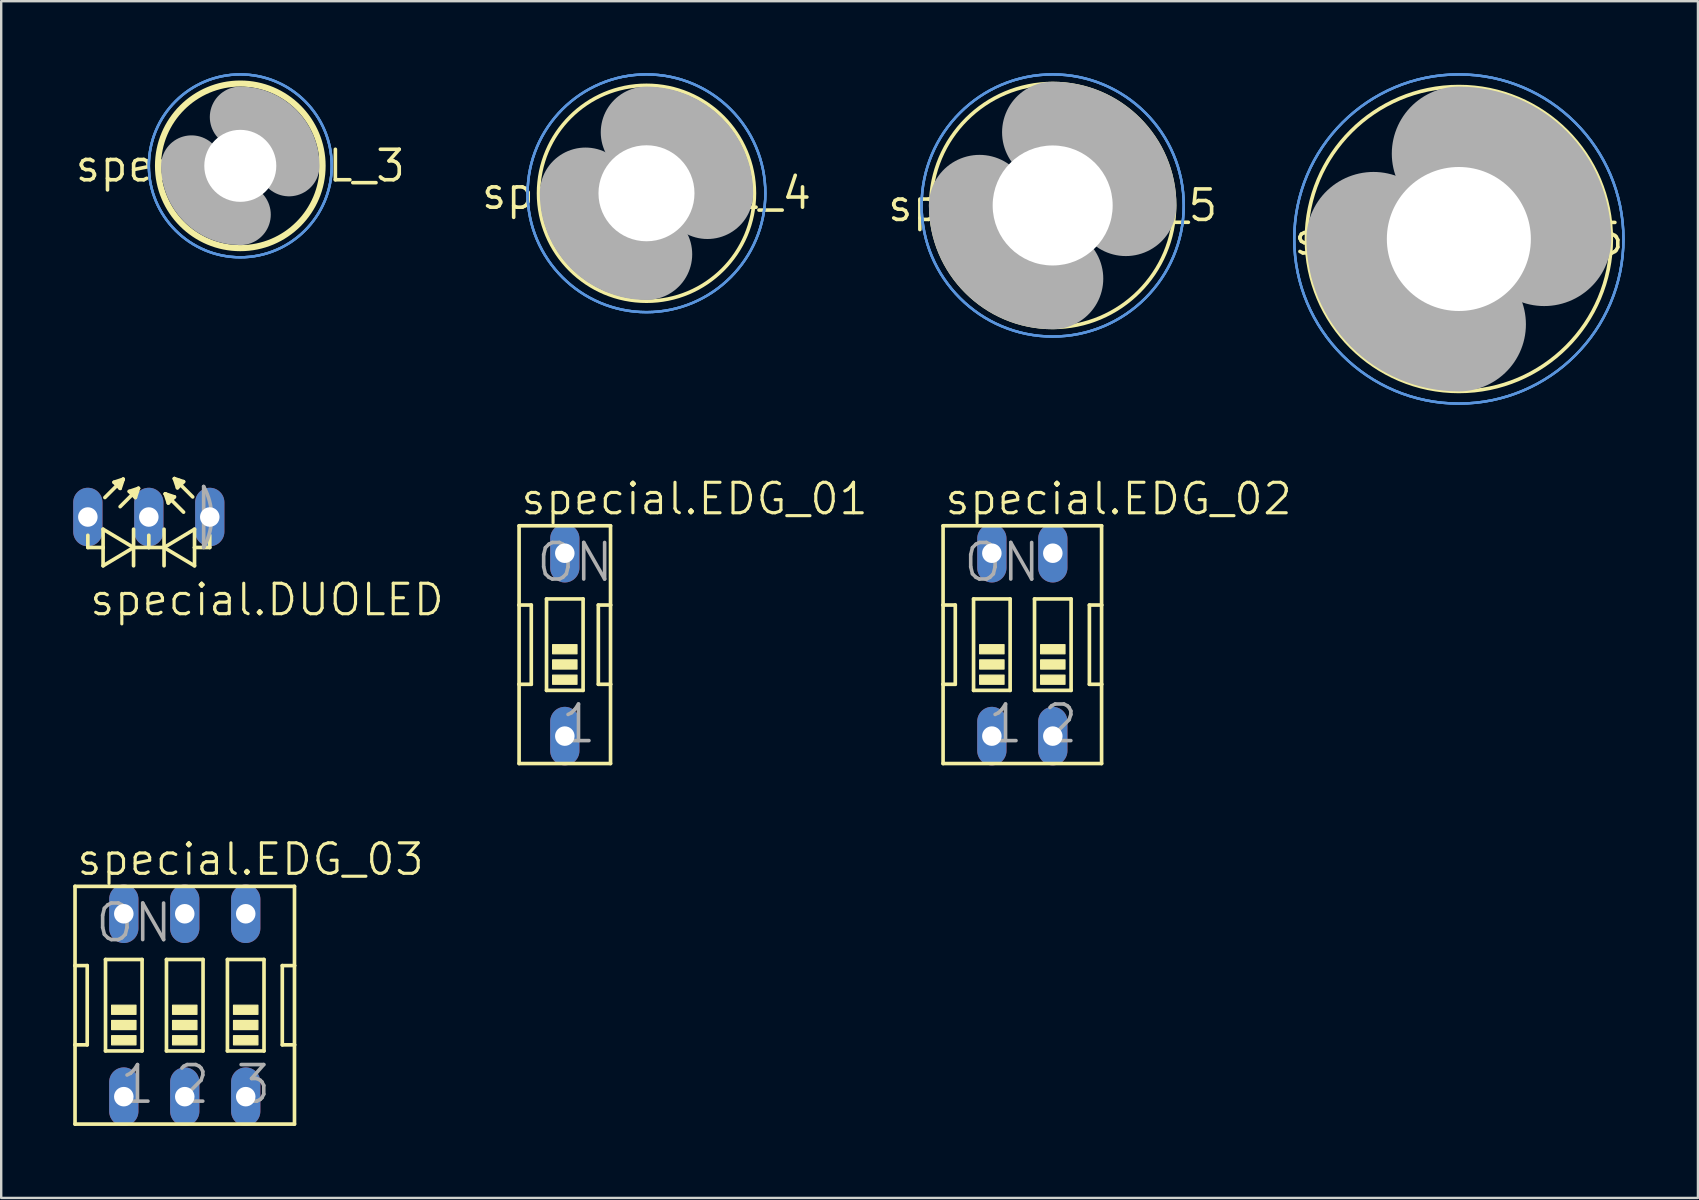
<source format=kicad_pcb>
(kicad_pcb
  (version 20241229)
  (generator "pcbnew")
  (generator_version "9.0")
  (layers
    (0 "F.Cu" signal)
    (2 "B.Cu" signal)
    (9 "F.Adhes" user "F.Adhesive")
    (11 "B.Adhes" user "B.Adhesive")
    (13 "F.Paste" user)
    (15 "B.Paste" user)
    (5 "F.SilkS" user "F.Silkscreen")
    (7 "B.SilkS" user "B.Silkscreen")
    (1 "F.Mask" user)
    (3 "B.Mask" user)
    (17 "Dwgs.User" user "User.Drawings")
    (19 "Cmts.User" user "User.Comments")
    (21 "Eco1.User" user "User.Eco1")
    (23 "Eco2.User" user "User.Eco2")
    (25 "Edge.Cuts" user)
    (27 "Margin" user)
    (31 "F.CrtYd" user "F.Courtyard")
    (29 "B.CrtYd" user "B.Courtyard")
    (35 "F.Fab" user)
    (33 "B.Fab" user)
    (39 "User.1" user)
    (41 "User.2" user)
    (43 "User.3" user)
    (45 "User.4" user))
  (footprint "special.EDG_01"
    (layer "F.Cu")
    (at 20.483 23.81)
    (property "Reference" "special.EDG_01" (at -1.905 -5.334 0) (layer "F.SilkS") (effects (font (size 1.27 1.27) (thickness 0.13)) (justify left bottom)))
    (attr through_hole)
    (fp_line (start -1.905 -4.953) (end -1.905 -1.651) (stroke (width 0.152) (type default)) (layer "F.SilkS"))
    (fp_line (start -1.905 -1.651) (end -1.905 1.651) (stroke (width 0.152) (type default)) (layer "F.SilkS"))
    (fp_line (start -1.905 1.651) (end -1.905 4.953) (stroke (width 0.152) (type default)) (layer "F.SilkS"))
    (fp_line (start -1.905 1.651) (end -1.397 1.651) (stroke (width 0.152) (type default)) (layer "F.SilkS"))
    (fp_line (start -1.905 4.953) (end 1.905 4.953) (stroke (width 0.152) (type default)) (layer "F.SilkS"))
    (fp_line (start -1.397 -1.651) (end -1.905 -1.651) (stroke (width 0.152) (type default)) (layer "F.SilkS"))
    (fp_line (start -1.397 1.651) (end -1.397 -1.651) (stroke (width 0.152) (type default)) (layer "F.SilkS"))
    (fp_line (start -0.762 -1.905) (end -0.762 1.905) (stroke (width 0.152) (type default)) (layer "F.SilkS"))
    (fp_line (start -0.762 -1.905) (end 0.762 -1.905) (stroke (width 0.152) (type default)) (layer "F.SilkS"))
    (fp_line (start 0.762 1.905) (end -0.762 1.905) (stroke (width 0.152) (type default)) (layer "F.SilkS"))
    (fp_line (start 0.762 1.905) (end 0.762 -1.905) (stroke (width 0.152) (type default)) (layer "F.SilkS"))
    (fp_line (start 1.397 -1.651) (end 1.397 1.651) (stroke (width 0.152) (type default)) (layer "F.SilkS"))
    (fp_line (start 1.397 1.651) (end 1.905 1.651) (stroke (width 0.152) (type default)) (layer "F.SilkS"))
    (fp_line (start 1.905 -4.953) (end -1.905 -4.953) (stroke (width 0.152) (type default)) (layer "F.SilkS"))
    (fp_line (start 1.905 -1.651) (end 1.397 -1.651) (stroke (width 0.152) (type default)) (layer "F.SilkS"))
    (fp_line (start 1.905 -1.651) (end 1.905 -4.953) (stroke (width 0.152) (type default)) (layer "F.SilkS"))
    (fp_line (start 1.905 1.651) (end 1.905 -1.651) (stroke (width 0.152) (type default)) (layer "F.SilkS"))
    (fp_line (start 1.905 4.953) (end 1.905 1.651) (stroke (width 0.152) (type default)) (layer "F.SilkS"))
    (fp_rect (start -0.508 0.381) (end 0.508 0) (stroke (width 0.05) (type default)) (fill yes) (layer "F.SilkS"))
    (fp_rect (start -0.508 1.016) (end 0.508 0.635) (stroke (width 0.05) (type default)) (fill yes) (layer "F.SilkS"))
    (fp_rect (start -0.508 1.651) (end 0.508 1.27) (stroke (width 0.05) (type default)) (fill yes) (layer "F.SilkS"))
    (fp_text user "ON" (at -1.27 -2.54 0) (layer "F.Fab") (effects (font (size 1.524 1.524) (thickness 0.15)) (justify left bottom)))
    (fp_text user "1" (at -0.254 4.191 0) (layer "F.Fab") (effects (font (size 1.524 1.524) (thickness 0.15)) (justify left bottom)))
    (pad "1" thru_hole oval (at 0 3.81 90) (size 2.438 1.219) (drill 0.813) (layers "*.Cu" "*.Mask"))
    (pad "2" thru_hole oval (at 0 -3.81 90) (size 2.438 1.219) (drill 0.813) (layers "*.Cu" "*.Mask")))
  (footprint "special.EDG_02"
    (layer "F.Cu")
    (at 39.546 23.81)
    (property "Reference" "special.EDG_02" (at -3.302 -5.334 0) (layer "F.SilkS") (effects (font (size 1.27 1.27) (thickness 0.13)) (justify left bottom)))
    (attr through_hole)
    (fp_line (start -3.302 -4.953) (end -3.302 -1.651) (stroke (width 0.152) (type default)) (layer "F.SilkS"))
    (fp_line (start -3.302 -1.651) (end -3.302 1.651) (stroke (width 0.152) (type default)) (layer "F.SilkS"))
    (fp_line (start -3.302 1.651) (end -3.302 4.953) (stroke (width 0.152) (type default)) (layer "F.SilkS"))
    (fp_line (start -3.302 1.651) (end -2.794 1.651) (stroke (width 0.152) (type default)) (layer "F.SilkS"))
    (fp_line (start -3.302 4.953) (end 3.302 4.953) (stroke (width 0.152) (type default)) (layer "F.SilkS"))
    (fp_line (start -2.794 -1.651) (end -3.302 -1.651) (stroke (width 0.152) (type default)) (layer "F.SilkS"))
    (fp_line (start -2.794 1.651) (end -2.794 -1.651) (stroke (width 0.152) (type default)) (layer "F.SilkS"))
    (fp_line (start -2.032 -1.905) (end -2.032 1.905) (stroke (width 0.152) (type default)) (layer "F.SilkS"))
    (fp_line (start -2.032 -1.905) (end -0.508 -1.905) (stroke (width 0.152) (type default)) (layer "F.SilkS"))
    (fp_line (start -0.508 1.905) (end -2.032 1.905) (stroke (width 0.152) (type default)) (layer "F.SilkS"))
    (fp_line (start -0.508 1.905) (end -0.508 -1.905) (stroke (width 0.152) (type default)) (layer "F.SilkS"))
    (fp_line (start 0.508 -1.905) (end 0.508 1.905) (stroke (width 0.152) (type default)) (layer "F.SilkS"))
    (fp_line (start 0.508 -1.905) (end 2.032 -1.905) (stroke (width 0.152) (type default)) (layer "F.SilkS"))
    (fp_line (start 2.032 1.905) (end 0.508 1.905) (stroke (width 0.152) (type default)) (layer "F.SilkS"))
    (fp_line (start 2.032 1.905) (end 2.032 -1.905) (stroke (width 0.152) (type default)) (layer "F.SilkS"))
    (fp_line (start 2.794 -1.651) (end 2.794 1.651) (stroke (width 0.152) (type default)) (layer "F.SilkS"))
    (fp_line (start 2.794 1.651) (end 3.302 1.651) (stroke (width 0.152) (type default)) (layer "F.SilkS"))
    (fp_line (start 3.302 -4.953) (end -3.302 -4.953) (stroke (width 0.152) (type default)) (layer "F.SilkS"))
    (fp_line (start 3.302 -1.651) (end 2.794 -1.651) (stroke (width 0.152) (type default)) (layer "F.SilkS"))
    (fp_line (start 3.302 -1.651) (end 3.302 -4.953) (stroke (width 0.152) (type default)) (layer "F.SilkS"))
    (fp_line (start 3.302 1.651) (end 3.302 -1.651) (stroke (width 0.152) (type default)) (layer "F.SilkS"))
    (fp_line (start 3.302 4.953) (end 3.302 1.651) (stroke (width 0.152) (type default)) (layer "F.SilkS"))
    (fp_rect (start -1.778 0.381) (end -0.762 0) (stroke (width 0.05) (type default)) (fill yes) (layer "F.SilkS"))
    (fp_rect (start -1.778 1.016) (end -0.762 0.635) (stroke (width 0.05) (type default)) (fill yes) (layer "F.SilkS"))
    (fp_rect (start -1.778 1.651) (end -0.762 1.27) (stroke (width 0.05) (type default)) (fill yes) (layer "F.SilkS"))
    (fp_rect (start 0.762 0.381) (end 1.778 0) (stroke (width 0.05) (type default)) (fill yes) (layer "F.SilkS"))
    (fp_rect (start 0.762 1.016) (end 1.778 0.635) (stroke (width 0.05) (type default)) (fill yes) (layer "F.SilkS"))
    (fp_rect (start 0.762 1.651) (end 1.778 1.27) (stroke (width 0.05) (type default)) (fill yes) (layer "F.SilkS"))
    (fp_text user "1" (at -1.524 4.191 0) (layer "F.Fab") (effects (font (size 1.524 1.524) (thickness 0.15)) (justify left bottom)))
    (fp_text user "ON" (at -2.54 -2.54 0) (layer "F.Fab") (effects (font (size 1.524 1.524) (thickness 0.15)) (justify left bottom)))
    (fp_text user "2" (at 0.762 4.191 0) (layer "F.Fab") (effects (font (size 1.524 1.524) (thickness 0.15)) (justify left bottom)))
    (pad "1" thru_hole oval (at -1.27 3.81 90) (size 2.438 1.219) (drill 0.813) (layers "*.Cu" "*.Mask"))
    (pad "2" thru_hole oval (at 1.27 3.81 90) (size 2.438 1.219) (drill 0.813) (layers "*.Cu" "*.Mask"))
    (pad "3" thru_hole oval (at 1.27 -3.81 90) (size 2.438 1.219) (drill 0.813) (layers "*.Cu" "*.Mask"))
    (pad "4" thru_hole oval (at -1.27 -3.81 90) (size 2.438 1.219) (drill 0.813) (layers "*.Cu" "*.Mask")))
  (footprint "special.DRIL_4"
    (layer "F.Cu")
    (at 23.886 5.003)
    (property "Reference" "special.DRIL_4" (at 0 0 0) (layer "F.SilkS") (effects (font (size 1.27 1.27) (thickness 0.15))))
    (fp_circle (center 0 0) (end 4.496 0) (stroke (width 0.152) (type default)) (fill no) (layer "F.SilkS"))
    (fp_circle (center 0 0) (end 4.953 0) (stroke (width 0.1) (type default)) (fill no) (layer "Cmts.User"))
    (fp_circle (center 0 0) (end 4.953 0) (stroke (width 0.1) (type default)) (fill no) (layer "Cmts.User"))
    (fp_circle (center 0 0) (end 4.953 0) (stroke (width 0.1) (type default)) (fill no) (layer "Cmts.User"))
    (fp_arc (start 0 -2.54) (mid 1.796051 -1.796051) (end 2.54 0) (stroke (width 3.81) (type default)) (layer "F.Fab"))
    (fp_arc (start 0 2.54) (mid -1.796051 1.796051) (end -2.54 0) (stroke (width 3.81) (type default)) (layer "F.Fab"))
    (fp_circle (center 0 0) (end 0.762 0) (stroke (width 0.457) (type default)) (fill no) (layer "F.Fab"))
    (pad "" np_thru_hole circle (at 0 0) (size 4 4) (drill 4) (layers "*.Cu" "*.Mask")))
  (footprint "special.DUOLED"
    (layer "F.Cu")
    (at 4.42 18.492)
    (property "Reference" "special.DUOLED" (at -3.81 4.191 0) (layer "F.SilkS") (effects (font (size 1.27 1.27) (thickness 0.13)) (justify left bottom)))
    (attr through_hole)
    (fp_line (start -3.81 0.762) (end -3.81 1.27) (stroke (width 0.152) (type default)) (layer "F.SilkS"))
    (fp_line (start -3.81 1.27) (end -3.175 1.27) (stroke (width 0.152) (type default)) (layer "F.SilkS"))
    (fp_line (start -3.175 0.508) (end -3.175 1.27) (stroke (width 0.152) (type default)) (layer "F.SilkS"))
    (fp_line (start -3.175 1.27) (end -3.175 2.032) (stroke (width 0.152) (type default)) (layer "F.SilkS"))
    (fp_line (start -3.175 2.032) (end -1.905 1.27) (stroke (width 0.152) (type default)) (layer "F.SilkS"))
    (fp_line (start -3.099 -0.813) (end -2.337 -1.575) (stroke (width 0.152) (type default)) (layer "F.SilkS"))
    (fp_line (start -2.718 -1.448) (end -2.464 -1.194) (stroke (width 0.152) (type default)) (layer "F.SilkS"))
    (fp_line (start -2.591 -1.448) (end -2.464 -1.321) (stroke (width 0.152) (type default)) (layer "F.SilkS"))
    (fp_line (start -2.464 -1.194) (end -2.337 -1.575) (stroke (width 0.152) (type default)) (layer "F.SilkS"))
    (fp_line (start -2.464 -0.432) (end -1.702 -1.194) (stroke (width 0.152) (type default)) (layer "F.SilkS"))
    (fp_line (start -2.337 -1.575) (end -2.718 -1.448) (stroke (width 0.152) (type default)) (layer "F.SilkS"))
    (fp_line (start -2.083 -1.067) (end -1.829 -0.813) (stroke (width 0.152) (type default)) (layer "F.SilkS"))
    (fp_line (start -1.956 -1.067) (end -1.829 -0.94) (stroke (width 0.152) (type default)) (layer "F.SilkS"))
    (fp_line (start -1.905 1.27) (end -3.175 0.508) (stroke (width 0.152) (type default)) (layer "F.SilkS"))
    (fp_line (start -1.905 1.27) (end -1.905 0.508) (stroke (width 0.152) (type default)) (layer "F.SilkS"))
    (fp_line (start -1.905 1.27) (end -1.27 1.27) (stroke (width 0.152) (type default)) (layer "F.SilkS"))
    (fp_line (start -1.905 2.032) (end -1.905 1.27) (stroke (width 0.152) (type default)) (layer "F.SilkS"))
    (fp_line (start -1.829 -0.813) (end -1.702 -1.194) (stroke (width 0.152) (type default)) (layer "F.SilkS"))
    (fp_line (start -1.702 -1.194) (end -2.083 -1.067) (stroke (width 0.152) (type default)) (layer "F.SilkS"))
    (fp_line (start -1.27 1.27) (end -1.27 0.762) (stroke (width 0.152) (type default)) (layer "F.SilkS"))
    (fp_line (start -1.27 1.27) (end -0.635 1.27) (stroke (width 0.152) (type default)) (layer "F.SilkS"))
    (fp_line (start -0.635 1.27) (end -0.635 0.508) (stroke (width 0.152) (type default)) (layer "F.SilkS"))
    (fp_line (start -0.635 1.27) (end 0.635 2.032) (stroke (width 0.152) (type default)) (layer "F.SilkS"))
    (fp_line (start -0.635 2.032) (end -0.635 1.27) (stroke (width 0.152) (type default)) (layer "F.SilkS"))
    (fp_line (start -0.584 -0.965) (end -0.457 -0.584) (stroke (width 0.152) (type default)) (layer "F.SilkS"))
    (fp_line (start -0.457 -0.711) (end -0.33 -0.838) (stroke (width 0.152) (type default)) (layer "F.SilkS"))
    (fp_line (start -0.457 -0.584) (end -0.203 -0.838) (stroke (width 0.152) (type default)) (layer "F.SilkS"))
    (fp_line (start -0.203 -1.6) (end -0.076 -1.219) (stroke (width 0.152) (type default)) (layer "F.SilkS"))
    (fp_line (start -0.203 -0.838) (end -0.584 -0.965) (stroke (width 0.152) (type default)) (layer "F.SilkS"))
    (fp_line (start -0.076 -1.219) (end 0.178 -1.473) (stroke (width 0.152) (type default)) (layer "F.SilkS"))
    (fp_line (start 0 -1.524) (end 0.051 -1.473) (stroke (width 0.152) (type default)) (layer "F.SilkS"))
    (fp_line (start 0.178 -1.473) (end -0.203 -1.6) (stroke (width 0.152) (type default)) (layer "F.SilkS"))
    (fp_line (start 0.178 -0.203) (end -0.584 -0.965) (stroke (width 0.152) (type default)) (layer "F.SilkS"))
    (fp_line (start 0.559 -0.838) (end -0.203 -1.6) (stroke (width 0.152) (type default)) (layer "F.SilkS"))
    (fp_line (start 0.635 0.508) (end -0.635 1.27) (stroke (width 0.152) (type default)) (layer "F.SilkS"))
    (fp_line (start 0.635 0.508) (end 0.635 1.27) (stroke (width 0.152) (type default)) (layer "F.SilkS"))
    (fp_line (start 0.635 1.27) (end 0.635 2.032) (stroke (width 0.152) (type default)) (layer "F.SilkS"))
    (fp_line (start 0.635 1.27) (end 1.27 1.27) (stroke (width 0.152) (type default)) (layer "F.SilkS"))
    (fp_line (start 1.27 0.762) (end 1.27 1.27) (stroke (width 0.152) (type default)) (layer "F.SilkS"))
    (fp_line (start 1.016 1.27) (end 1.016 -1.27) (stroke (width 0.152) (type default)) (layer "F.Fab"))
    (fp_arc (start 1.016 -1.27) (mid 1.344971 -0.026397) (end 1.0412 1.2236) (stroke (width 0.1524) (type default)) (layer "F.Fab"))
    (pad "A1" thru_hole oval (at -3.81 0 90) (size 2.438 1.219) (drill 0.813) (layers "*.Cu" "*.Mask"))
    (pad "A2" thru_hole oval (at 1.27 0 90) (size 2.438 1.219) (drill 0.813) (layers "*.Cu" "*.Mask"))
    (pad "K" thru_hole oval (at -1.27 0 90) (size 2.438 1.219) (drill 0.813) (layers "*.Cu" "*.Mask")))
  (footprint "special.DRIL_3"
    (layer "F.Cu")
    (at 6.962 3.86)
    (property "Reference" "special.DRIL_3" (at 0 0 0) (layer "F.SilkS") (effects (font (size 1.27 1.27) (thickness 0.15))))
    (fp_circle (center 0 0) (end 3.429 0) (stroke (width 0.254) (type default)) (fill no) (layer "F.SilkS"))
    (fp_circle (center 0 0) (end 3.81 0) (stroke (width 0.1) (type default)) (fill no) (layer "Cmts.User"))
    (fp_circle (center 0 0) (end 3.81 0) (stroke (width 0.1) (type default)) (fill no) (layer "Cmts.User"))
    (fp_circle (center 0 0) (end 3.81 0) (stroke (width 0.1) (type default)) (fill no) (layer "Cmts.User"))
    (fp_arc (start 0 -2.032) (mid 1.436841 -1.436841) (end 2.032 0) (stroke (width 2.54) (type default)) (layer "F.Fab"))
    (fp_arc (start 0 2.032) (mid -1.436841 1.436841) (end -2.032 0) (stroke (width 2.54) (type default)) (layer "F.Fab"))
    (fp_circle (center 0 0) (end 0.762 0) (stroke (width 0.457) (type default)) (fill no) (layer "F.Fab"))
    (pad "" np_thru_hole circle (at 0 0) (size 3 3) (drill 3) (layers "*.Cu" "*.Mask")))
  (footprint "special.EDG_03"
    (layer "F.Cu")
    (at 4.648 38.833)
    (property "Reference" "special.EDG_03" (at -4.572 -5.334 0) (layer "F.SilkS") (effects (font (size 1.27 1.27) (thickness 0.13)) (justify left bottom)))
    (attr through_hole)
    (fp_line (start -4.572 -4.953) (end -4.572 -1.651) (stroke (width 0.152) (type default)) (layer "F.SilkS"))
    (fp_line (start -4.572 -1.651) (end -4.572 1.651) (stroke (width 0.152) (type default)) (layer "F.SilkS"))
    (fp_line (start -4.572 1.651) (end -4.572 4.953) (stroke (width 0.152) (type default)) (layer "F.SilkS"))
    (fp_line (start -4.572 1.651) (end -4.064 1.651) (stroke (width 0.152) (type default)) (layer "F.SilkS"))
    (fp_line (start -4.572 4.953) (end 4.572 4.953) (stroke (width 0.152) (type default)) (layer "F.SilkS"))
    (fp_line (start -4.064 -1.651) (end -4.572 -1.651) (stroke (width 0.152) (type default)) (layer "F.SilkS"))
    (fp_line (start -4.064 1.651) (end -4.064 -1.651) (stroke (width 0.152) (type default)) (layer "F.SilkS"))
    (fp_line (start -3.302 -1.905) (end -3.302 1.905) (stroke (width 0.152) (type default)) (layer "F.SilkS"))
    (fp_line (start -3.302 -1.905) (end -1.778 -1.905) (stroke (width 0.152) (type default)) (layer "F.SilkS"))
    (fp_line (start -1.778 1.905) (end -3.302 1.905) (stroke (width 0.152) (type default)) (layer "F.SilkS"))
    (fp_line (start -1.778 1.905) (end -1.778 -1.905) (stroke (width 0.152) (type default)) (layer "F.SilkS"))
    (fp_line (start -0.762 -1.905) (end -0.762 1.905) (stroke (width 0.152) (type default)) (layer "F.SilkS"))
    (fp_line (start -0.762 -1.905) (end 0.762 -1.905) (stroke (width 0.152) (type default)) (layer "F.SilkS"))
    (fp_line (start 0.762 1.905) (end -0.762 1.905) (stroke (width 0.152) (type default)) (layer "F.SilkS"))
    (fp_line (start 0.762 1.905) (end 0.762 -1.905) (stroke (width 0.152) (type default)) (layer "F.SilkS"))
    (fp_line (start 1.778 -1.905) (end 1.778 1.905) (stroke (width 0.152) (type default)) (layer "F.SilkS"))
    (fp_line (start 1.778 -1.905) (end 3.302 -1.905) (stroke (width 0.152) (type default)) (layer "F.SilkS"))
    (fp_line (start 3.302 1.905) (end 1.778 1.905) (stroke (width 0.152) (type default)) (layer "F.SilkS"))
    (fp_line (start 3.302 1.905) (end 3.302 -1.905) (stroke (width 0.152) (type default)) (layer "F.SilkS"))
    (fp_line (start 4.064 -1.651) (end 4.064 1.651) (stroke (width 0.152) (type default)) (layer "F.SilkS"))
    (fp_line (start 4.064 1.651) (end 4.572 1.651) (stroke (width 0.152) (type default)) (layer "F.SilkS"))
    (fp_line (start 4.572 -4.953) (end -4.572 -4.953) (stroke (width 0.152) (type default)) (layer "F.SilkS"))
    (fp_line (start 4.572 -1.651) (end 4.064 -1.651) (stroke (width 0.152) (type default)) (layer "F.SilkS"))
    (fp_line (start 4.572 -1.651) (end 4.572 -4.953) (stroke (width 0.152) (type default)) (layer "F.SilkS"))
    (fp_line (start 4.572 1.651) (end 4.572 -1.651) (stroke (width 0.152) (type default)) (layer "F.SilkS"))
    (fp_line (start 4.572 4.953) (end 4.572 1.651) (stroke (width 0.152) (type default)) (layer "F.SilkS"))
    (fp_rect (start -3.048 0.381) (end -2.032 0) (stroke (width 0.05) (type default)) (fill yes) (layer "F.SilkS"))
    (fp_rect (start -3.048 1.016) (end -2.032 0.635) (stroke (width 0.05) (type default)) (fill yes) (layer "F.SilkS"))
    (fp_rect (start -3.048 1.651) (end -2.032 1.27) (stroke (width 0.05) (type default)) (fill yes) (layer "F.SilkS"))
    (fp_rect (start -0.508 0.381) (end 0.508 0) (stroke (width 0.05) (type default)) (fill yes) (layer "F.SilkS"))
    (fp_rect (start -0.508 1.016) (end 0.508 0.635) (stroke (width 0.05) (type default)) (fill yes) (layer "F.SilkS"))
    (fp_rect (start -0.508 1.651) (end 0.508 1.27) (stroke (width 0.05) (type default)) (fill yes) (layer "F.SilkS"))
    (fp_rect (start 2.032 0.381) (end 3.048 0) (stroke (width 0.05) (type default)) (fill yes) (layer "F.SilkS"))
    (fp_rect (start 2.032 1.016) (end 3.048 0.635) (stroke (width 0.05) (type default)) (fill yes) (layer "F.SilkS"))
    (fp_rect (start 2.032 1.651) (end 3.048 1.27) (stroke (width 0.05) (type default)) (fill yes) (layer "F.SilkS"))
    (fp_text user "2" (at -0.508 4.191 0) (layer "F.Fab") (effects (font (size 1.524 1.524) (thickness 0.15)) (justify left bottom)))
    (fp_text user "3" (at 2.032 4.191 0) (layer "F.Fab") (effects (font (size 1.524 1.524) (thickness 0.15)) (justify left bottom)))
    (fp_text user "1" (at -2.794 4.191 0) (layer "F.Fab") (effects (font (size 1.524 1.524) (thickness 0.15)) (justify left bottom)))
    (fp_text user "ON" (at -3.81 -2.54 0) (layer "F.Fab") (effects (font (size 1.524 1.524) (thickness 0.15)) (justify left bottom)))
    (pad "1" thru_hole oval (at -2.54 3.81 90) (size 2.438 1.219) (drill 0.813) (layers "*.Cu" "*.Mask"))
    (pad "2" thru_hole oval (at 0 3.81 90) (size 2.438 1.219) (drill 0.813) (layers "*.Cu" "*.Mask"))
    (pad "3" thru_hole oval (at 2.54 3.81 90) (size 2.438 1.219) (drill 0.813) (layers "*.Cu" "*.Mask"))
    (pad "4" thru_hole oval (at 2.54 -3.81 90) (size 2.438 1.219) (drill 0.813) (layers "*.Cu" "*.Mask"))
    (pad "5" thru_hole oval (at 0 -3.81 90) (size 2.438 1.219) (drill 0.813) (layers "*.Cu" "*.Mask"))
    (pad "6" thru_hole oval (at -2.54 -3.81 90) (size 2.438 1.219) (drill 0.813) (layers "*.Cu" "*.Mask")))
  (footprint "special.DRIL_6"
    (layer "F.Cu")
    (at 57.734 6.908)
    (property "Reference" "special.DRIL_6" (at 0 0 0) (layer "F.SilkS") (effects (font (size 1.27 1.27) (thickness 0.15))))
    (fp_circle (center 0 0) (end 6.35 0) (stroke (width 0.152) (type default)) (fill no) (layer "F.SilkS"))
    (fp_circle (center 0 0) (end 6.858 0) (stroke (width 0.1) (type default)) (fill no) (layer "Cmts.User"))
    (fp_circle (center 0 0) (end 6.858 0) (stroke (width 0.1) (type default)) (fill no) (layer "Cmts.User"))
    (fp_circle (center 0 0) (end 6.858 0) (stroke (width 0.1) (type default)) (fill no) (layer "Cmts.User"))
    (fp_arc (start 0 -3.556) (mid 2.514472 -2.514472) (end 3.556 0) (stroke (width 5.588) (type default)) (layer "F.Fab"))
    (fp_arc (start 0 3.556) (mid -2.514472 2.514472) (end -3.556 0) (stroke (width 5.588) (type default)) (layer "F.Fab"))
    (fp_circle (center 0 0) (end 0.762 0) (stroke (width 0.457) (type default)) (fill no) (layer "F.Fab"))
    (pad "" np_thru_hole circle (at 0 0) (size 6 6) (drill 6) (layers "*.Cu" "*.Mask")))
  (footprint "special.DRIL_5"
    (layer "F.Cu")
    (at 40.81 5.511)
    (property "Reference" "special.DRIL_5" (at 0 0 0) (layer "F.SilkS") (effects (font (size 1.27 1.27) (thickness 0.15))))
    (fp_circle (center 0 0) (end 5.08 0) (stroke (width 0.152) (type default)) (fill no) (layer "F.SilkS"))
    (fp_circle (center 0 0) (end 5.461 0) (stroke (width 0.1) (type default)) (fill no) (layer "Cmts.User"))
    (fp_circle (center 0 0) (end 5.461 0) (stroke (width 0.1) (type default)) (fill no) (layer "Cmts.User"))
    (fp_circle (center 0 0) (end 5.461 0) (stroke (width 0.1) (type default)) (fill no) (layer "Cmts.User"))
    (fp_arc (start 0 -3.048) (mid 2.155261 -2.155261) (end 3.048 0) (stroke (width 4.2164) (type default)) (layer "F.Fab"))
    (fp_arc (start 0 3.048) (mid -2.155261 2.155261) (end -3.048 0) (stroke (width 4.2164) (type default)) (layer "F.Fab"))
    (fp_circle (center 0 0) (end 0.762 0) (stroke (width 0.457) (type default)) (fill no) (layer "F.Fab"))
    (pad "" np_thru_hole circle (at 0 0) (size 5 5) (drill 5) (layers "*.Cu" "*.Mask")))
  (gr_rect
    (start -3 -3)
    (end 67.696 46.862)
    (stroke (width 0.1) (type default))
    (fill no)
    (layer "Edge.Cuts")))
</source>
